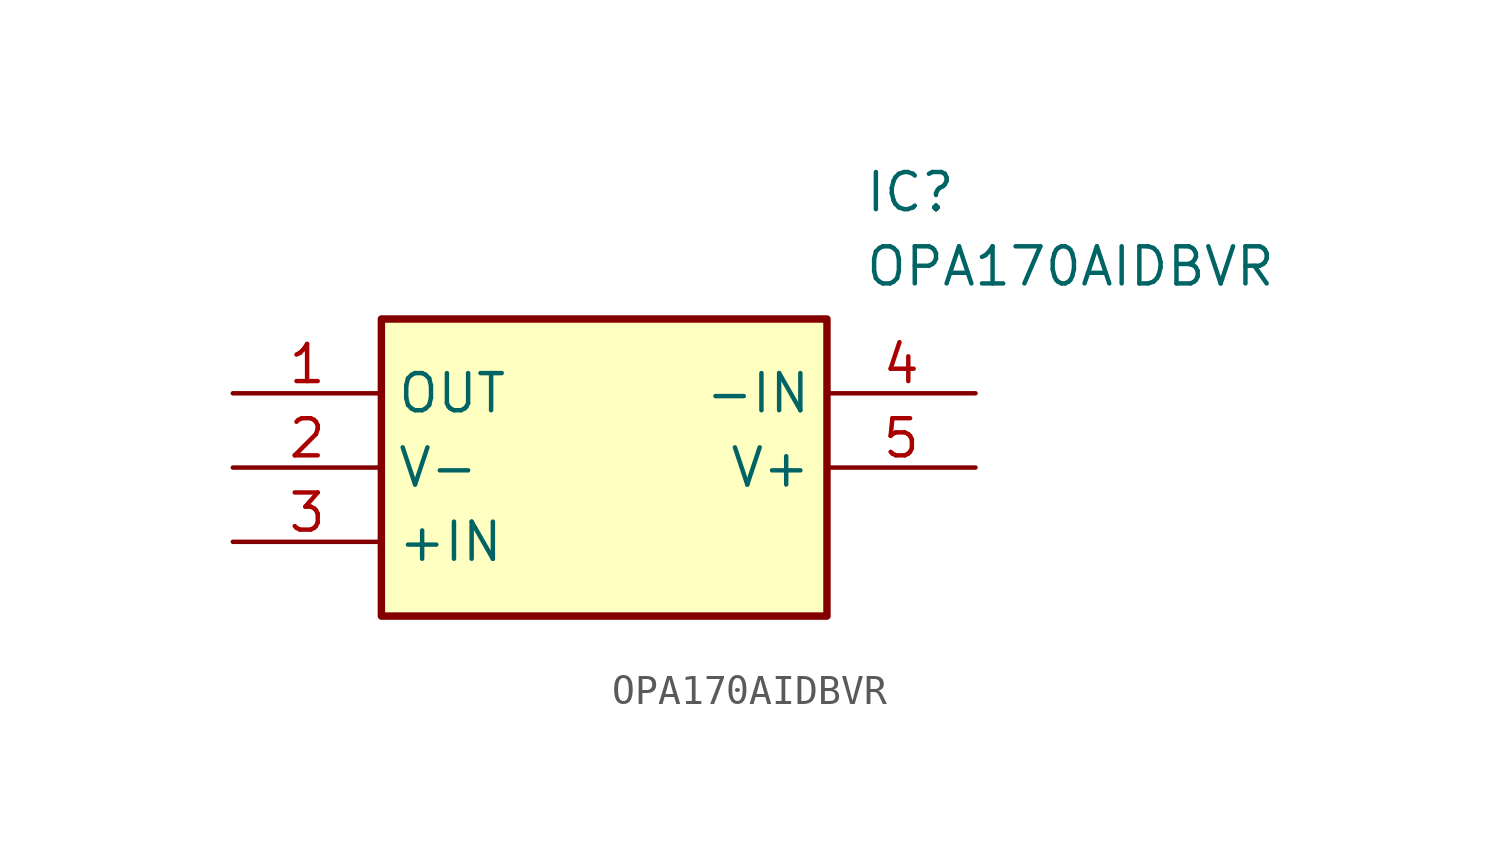
<source format=kicad_sym>
(kicad_symbol_lib
  (version 20211014)
  (generator SamacSys_ECAD_Model)
  (symbol "OPA170AIDBVR"
    (property "Reference" "IC"
      (at 21.59 7.62 0)
      (effects (font (size 1.27 1.27)) (justify left top)))
    (property "Value" "OPA170AIDBVR"
      (at 21.59 5.08 0)
      (effects (font (size 1.27 1.27)) (justify left top)))
    (rectangle
      (start 5.08 2.54)
      (end 20.32 -7.62)
      (stroke (width 0.254) (type default))
      (fill (type background)))
    (pin passive line
      (at 0 0 0)
      (length 5.08)
      (name "OUT" (effects (font (size 1.27 1.27))))
      (number "1" (effects (font (size 1.27 1.27)))))
    (pin passive line
      (at 0 -2.54 0)
      (length 5.08)
      (name "V-" (effects (font (size 1.27 1.27))))
      (number "2" (effects (font (size 1.27 1.27)))))
    (pin passive line
      (at 0 -5.08 0)
      (length 5.08)
      (name "+IN" (effects (font (size 1.27 1.27))))
      (number "3" (effects (font (size 1.27 1.27)))))
    (pin passive line
      (at 25.4 0 180)
      (length 5.08)
      (name "-IN" (effects (font (size 1.27 1.27))))
      (number "4" (effects (font (size 1.27 1.27)))))
    (pin passive line
      (at 25.4 -2.54 180)
      (length 5.08)
      (name "V+" (effects (font (size 1.27 1.27))))
      (number "5" (effects (font (size 1.27 1.27)))))))
</source>
